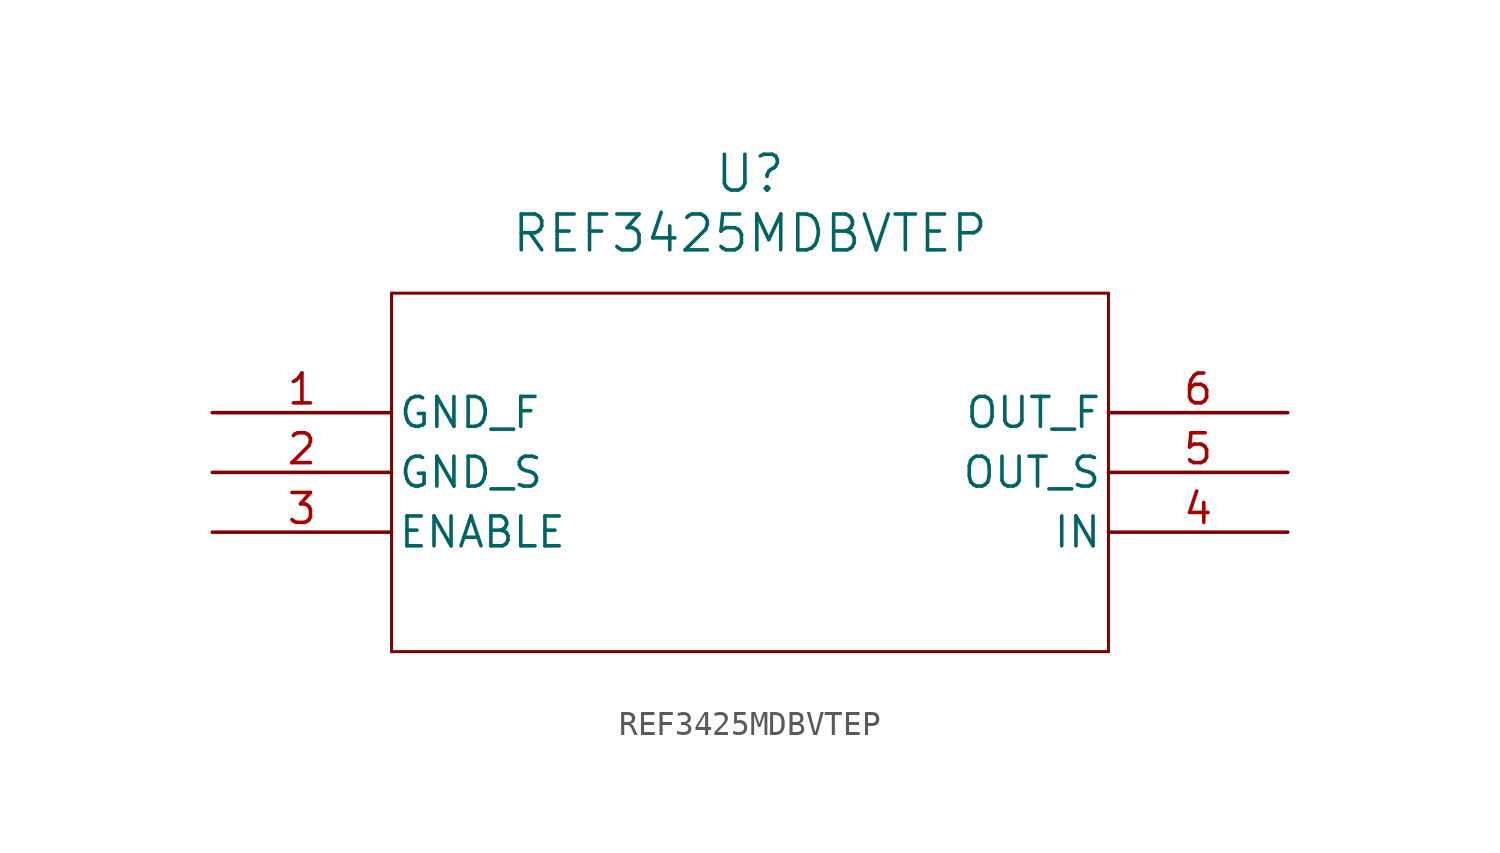
<source format=kicad_sym>
(kicad_symbol_lib
  (version 20231120)
  (generator "kicad_symbol_editor")
  (generator_version "8.0")
  (symbol "REF3425MDBVTEP"
    (pin_names
      (offset 0.254))
    (property "Reference" "U"
      (at 22.86 10.16 0)
      (effects (font (size 1.524 1.524))))
    (property "Value" "REF3425MDBVTEP"
      (at 22.86 7.62 0)
      (effects (font (size 1.524 1.524))))
    (property "ki_locked" ""
      (at 0 0 0)
      (effects (font (size 1.27 1.27))))
    (symbol "REF3425MDBVTEP_0_1"
      (polyline (pts (xy 7.62 -10.16) (xy 38.1 -10.16)) (stroke (width 0.127) (type default)) (fill (type none)))
      (polyline (pts (xy 7.62 5.08) (xy 7.62 -10.16)) (stroke (width 0.127) (type default)) (fill (type none)))
      (polyline (pts (xy 38.1 -10.16) (xy 38.1 5.08)) (stroke (width 0.127) (type default)) (fill (type none)))
      (polyline (pts (xy 38.1 5.08) (xy 7.62 5.08)) (stroke (width 0.127) (type default)) (fill (type none)))
      (pin power_out line (at 0 0 0) (length 7.62) (name "GND_F" (effects (font (size 1.27 1.27)))) (number "1" (effects (font (size 1.27 1.27)))))
      (pin power_out line (at 0 -2.54 0) (length 7.62) (name "GND_S" (effects (font (size 1.27 1.27)))) (number "2" (effects (font (size 1.27 1.27)))))
      (pin input line (at 0 -5.08 0) (length 7.62) (name "ENABLE" (effects (font (size 1.27 1.27)))) (number "3" (effects (font (size 1.27 1.27)))))
      (pin power_in line (at 45.72 -5.08 180) (length 7.62) (name "IN" (effects (font (size 1.27 1.27)))) (number "4" (effects (font (size 1.27 1.27)))))
      (pin output line (at 45.72 -2.54 180) (length 7.62) (name "OUT_S" (effects (font (size 1.27 1.27)))) (number "5" (effects (font (size 1.27 1.27)))))
      (pin output line (at 45.72 0 180) (length 7.62) (name "OUT_F" (effects (font (size 1.27 1.27)))) (number "6" (effects (font (size 1.27 1.27))))))))
</source>
